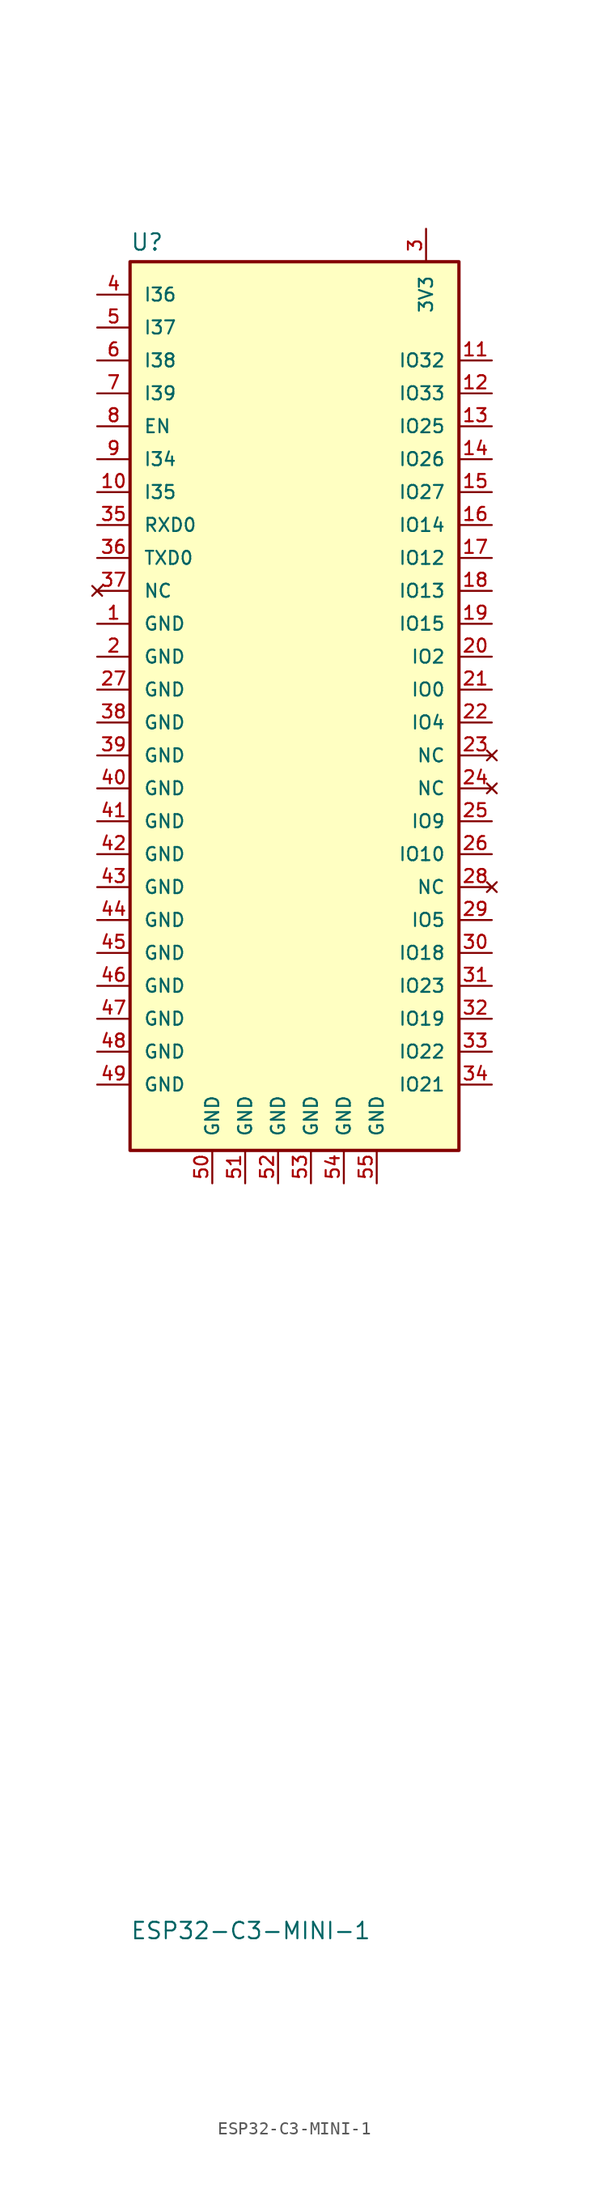
<source format=kicad_sym>
(kicad_symbol_lib
  (version 20231120)
  (generator "kicad_symbol_editor")
  (generator_version "8.0")
  (symbol "ESP32-C3-MINI-1"
    (pin_names
      (offset 1.016))
    (property "Reference" "U"
      (at -12.7 28.702 0)
      (effects (font (size 1.27 1.27)) (justify left bottom)))
    (property "Value" "ESP32-C3-MINI-1"
      (at -12.7 -101.6 0)
      (effects (font (size 1.27 1.27)) (justify left bottom)))
    (symbol "ESP32-C3-MINI-1_0_0"
      (rectangle (start -12.7 27.94) (end 12.7 -40.64) (stroke (width 0.254) (type default)) (fill (type background)))
      (pin power_in line (at -15.24 0 0) (length 2.54) (name "GND" (effects (font (size 1.016 1.016)))) (number "1" (effects (font (size 1.016 1.016)))))
      (pin input line (at -15.24 10.16 0) (length 2.54) (name "I35" (effects (font (size 1.016 1.016)))) (number "10" (effects (font (size 1.016 1.016)))))
      (pin bidirectional line (at 15.24 20.32 180) (length 2.54) (name "IO32" (effects (font (size 1.016 1.016)))) (number "11" (effects (font (size 1.016 1.016)))))
      (pin bidirectional line (at 15.24 17.78 180) (length 2.54) (name "IO33" (effects (font (size 1.016 1.016)))) (number "12" (effects (font (size 1.016 1.016)))))
      (pin bidirectional line (at 15.24 15.24 180) (length 2.54) (name "IO25" (effects (font (size 1.016 1.016)))) (number "13" (effects (font (size 1.016 1.016)))))
      (pin bidirectional line (at 15.24 12.7 180) (length 2.54) (name "IO26" (effects (font (size 1.016 1.016)))) (number "14" (effects (font (size 1.016 1.016)))))
      (pin bidirectional line (at 15.24 10.16 180) (length 2.54) (name "IO27" (effects (font (size 1.016 1.016)))) (number "15" (effects (font (size 1.016 1.016)))))
      (pin bidirectional line (at 15.24 7.62 180) (length 2.54) (name "IO14" (effects (font (size 1.016 1.016)))) (number "16" (effects (font (size 1.016 1.016)))))
      (pin bidirectional line (at 15.24 5.08 180) (length 2.54) (name "IO12" (effects (font (size 1.016 1.016)))) (number "17" (effects (font (size 1.016 1.016)))))
      (pin bidirectional line (at 15.24 2.54 180) (length 2.54) (name "IO13" (effects (font (size 1.016 1.016)))) (number "18" (effects (font (size 1.016 1.016)))))
      (pin bidirectional line (at 15.24 0 180) (length 2.54) (name "IO15" (effects (font (size 1.016 1.016)))) (number "19" (effects (font (size 1.016 1.016)))))
      (pin power_in line (at -15.24 -2.54 0) (length 2.54) (name "GND" (effects (font (size 1.016 1.016)))) (number "2" (effects (font (size 1.016 1.016)))))
      (pin bidirectional line (at 15.24 -2.54 180) (length 2.54) (name "IO2" (effects (font (size 1.016 1.016)))) (number "20" (effects (font (size 1.016 1.016)))))
      (pin bidirectional line (at 15.24 -5.08 180) (length 2.54) (name "IO0" (effects (font (size 1.016 1.016)))) (number "21" (effects (font (size 1.016 1.016)))))
      (pin bidirectional line (at 15.24 -7.62 180) (length 2.54) (name "IO4" (effects (font (size 1.016 1.016)))) (number "22" (effects (font (size 1.016 1.016)))))
      (pin no_connect line (at 15.24 -10.16 180) (length 2.54) (name "NC" (effects (font (size 1.016 1.016)))) (number "23" (effects (font (size 1.016 1.016)))))
      (pin no_connect line (at 15.24 -12.7 180) (length 2.54) (name "NC" (effects (font (size 1.016 1.016)))) (number "24" (effects (font (size 1.016 1.016)))))
      (pin bidirectional line (at 15.24 -15.24 180) (length 2.54) (name "IO9" (effects (font (size 1.016 1.016)))) (number "25" (effects (font (size 1.016 1.016)))))
      (pin bidirectional line (at 15.24 -17.78 180) (length 2.54) (name "IO10" (effects (font (size 1.016 1.016)))) (number "26" (effects (font (size 1.016 1.016)))))
      (pin power_in line (at -15.24 -5.08 0) (length 2.54) (name "GND" (effects (font (size 1.016 1.016)))) (number "27" (effects (font (size 1.016 1.016)))))
      (pin no_connect line (at 15.24 -20.32 180) (length 2.54) (name "NC" (effects (font (size 1.016 1.016)))) (number "28" (effects (font (size 1.016 1.016)))))
      (pin bidirectional line (at 15.24 -22.86 180) (length 2.54) (name "IO5" (effects (font (size 1.016 1.016)))) (number "29" (effects (font (size 1.016 1.016)))))
      (pin power_in line (at 10.16 30.48 270) (length 2.54) (name "3V3" (effects (font (size 1.016 1.016)))) (number "3" (effects (font (size 1.016 1.016)))))
      (pin bidirectional line (at 15.24 -25.4 180) (length 2.54) (name "IO18" (effects (font (size 1.016 1.016)))) (number "30" (effects (font (size 1.016 1.016)))))
      (pin bidirectional line (at 15.24 -27.94 180) (length 2.54) (name "IO23" (effects (font (size 1.016 1.016)))) (number "31" (effects (font (size 1.016 1.016)))))
      (pin bidirectional line (at 15.24 -30.48 180) (length 2.54) (name "IO19" (effects (font (size 1.016 1.016)))) (number "32" (effects (font (size 1.016 1.016)))))
      (pin bidirectional line (at 15.24 -33.02 180) (length 2.54) (name "IO22" (effects (font (size 1.016 1.016)))) (number "33" (effects (font (size 1.016 1.016)))))
      (pin bidirectional line (at 15.24 -35.56 180) (length 2.54) (name "IO21" (effects (font (size 1.016 1.016)))) (number "34" (effects (font (size 1.016 1.016)))))
      (pin bidirectional line (at -15.24 7.62 0) (length 2.54) (name "RXD0" (effects (font (size 1.016 1.016)))) (number "35" (effects (font (size 1.016 1.016)))))
      (pin bidirectional line (at -15.24 5.08 0) (length 2.54) (name "TXD0" (effects (font (size 1.016 1.016)))) (number "36" (effects (font (size 1.016 1.016)))))
      (pin no_connect line (at -15.24 2.54 0) (length 2.54) (name "NC" (effects (font (size 1.016 1.016)))) (number "37" (effects (font (size 1.016 1.016)))))
      (pin power_in line (at -15.24 -7.62 0) (length 2.54) (name "GND" (effects (font (size 1.016 1.016)))) (number "38" (effects (font (size 1.016 1.016)))))
      (pin power_in line (at -15.24 -10.16 0) (length 2.54) (name "GND" (effects (font (size 1.016 1.016)))) (number "39" (effects (font (size 1.016 1.016)))))
      (pin input line (at -15.24 25.4 0) (length 2.54) (name "I36" (effects (font (size 1.016 1.016)))) (number "4" (effects (font (size 1.016 1.016)))))
      (pin power_in line (at -15.24 -12.7 0) (length 2.54) (name "GND" (effects (font (size 1.016 1.016)))) (number "40" (effects (font (size 1.016 1.016)))))
      (pin power_in line (at -15.24 -15.24 0) (length 2.54) (name "GND" (effects (font (size 1.016 1.016)))) (number "41" (effects (font (size 1.016 1.016)))))
      (pin power_in line (at -15.24 -17.78 0) (length 2.54) (name "GND" (effects (font (size 1.016 1.016)))) (number "42" (effects (font (size 1.016 1.016)))))
      (pin power_in line (at -15.24 -20.32 0) (length 2.54) (name "GND" (effects (font (size 1.016 1.016)))) (number "43" (effects (font (size 1.016 1.016)))))
      (pin power_in line (at -15.24 -22.86 0) (length 2.54) (name "GND" (effects (font (size 1.016 1.016)))) (number "44" (effects (font (size 1.016 1.016)))))
      (pin power_in line (at -15.24 -25.4 0) (length 2.54) (name "GND" (effects (font (size 1.016 1.016)))) (number "45" (effects (font (size 1.016 1.016)))))
      (pin power_in line (at -15.24 -27.94 0) (length 2.54) (name "GND" (effects (font (size 1.016 1.016)))) (number "46" (effects (font (size 1.016 1.016)))))
      (pin power_in line (at -15.24 -30.48 0) (length 2.54) (name "GND" (effects (font (size 1.016 1.016)))) (number "47" (effects (font (size 1.016 1.016)))))
      (pin power_in line (at -15.24 -33.02 0) (length 2.54) (name "GND" (effects (font (size 1.016 1.016)))) (number "48" (effects (font (size 1.016 1.016)))))
      (pin power_in line (at -15.24 -35.56 0) (length 2.54) (name "GND" (effects (font (size 1.016 1.016)))) (number "49" (effects (font (size 1.016 1.016)))))
      (pin input line (at -15.24 22.86 0) (length 2.54) (name "I37" (effects (font (size 1.016 1.016)))) (number "5" (effects (font (size 1.016 1.016)))))
      (pin power_in line (at -6.35 -43.18 90) (length 2.54) (name "GND" (effects (font (size 1.016 1.016)))) (number "50" (effects (font (size 1.016 1.016)))))
      (pin power_in line (at -3.81 -43.18 90) (length 2.54) (name "GND" (effects (font (size 1.016 1.016)))) (number "51" (effects (font (size 1.016 1.016)))))
      (pin power_in line (at -1.27 -43.18 90) (length 2.54) (name "GND" (effects (font (size 1.016 1.016)))) (number "52" (effects (font (size 1.016 1.016)))))
      (pin power_in line (at 1.27 -43.18 90) (length 2.54) (name "GND" (effects (font (size 1.016 1.016)))) (number "53" (effects (font (size 1.016 1.016)))))
      (pin power_in line (at 3.81 -43.18 90) (length 2.54) (name "GND" (effects (font (size 1.016 1.016)))) (number "54" (effects (font (size 1.016 1.016)))))
      (pin power_in line (at 6.35 -43.18 90) (length 2.54) (name "GND" (effects (font (size 1.016 1.016)))) (number "55" (effects (font (size 1.016 1.016)))))
      (pin input line (at -15.24 20.32 0) (length 2.54) (name "I38" (effects (font (size 1.016 1.016)))) (number "6" (effects (font (size 1.016 1.016)))))
      (pin input line (at -15.24 17.78 0) (length 2.54) (name "I39" (effects (font (size 1.016 1.016)))) (number "7" (effects (font (size 1.016 1.016)))))
      (pin input line (at -15.24 15.24 0) (length 2.54) (name "EN" (effects (font (size 1.016 1.016)))) (number "8" (effects (font (size 1.016 1.016)))))
      (pin input line (at -15.24 12.7 0) (length 2.54) (name "I34" (effects (font (size 1.016 1.016)))) (number "9" (effects (font (size 1.016 1.016))))))))
</source>
